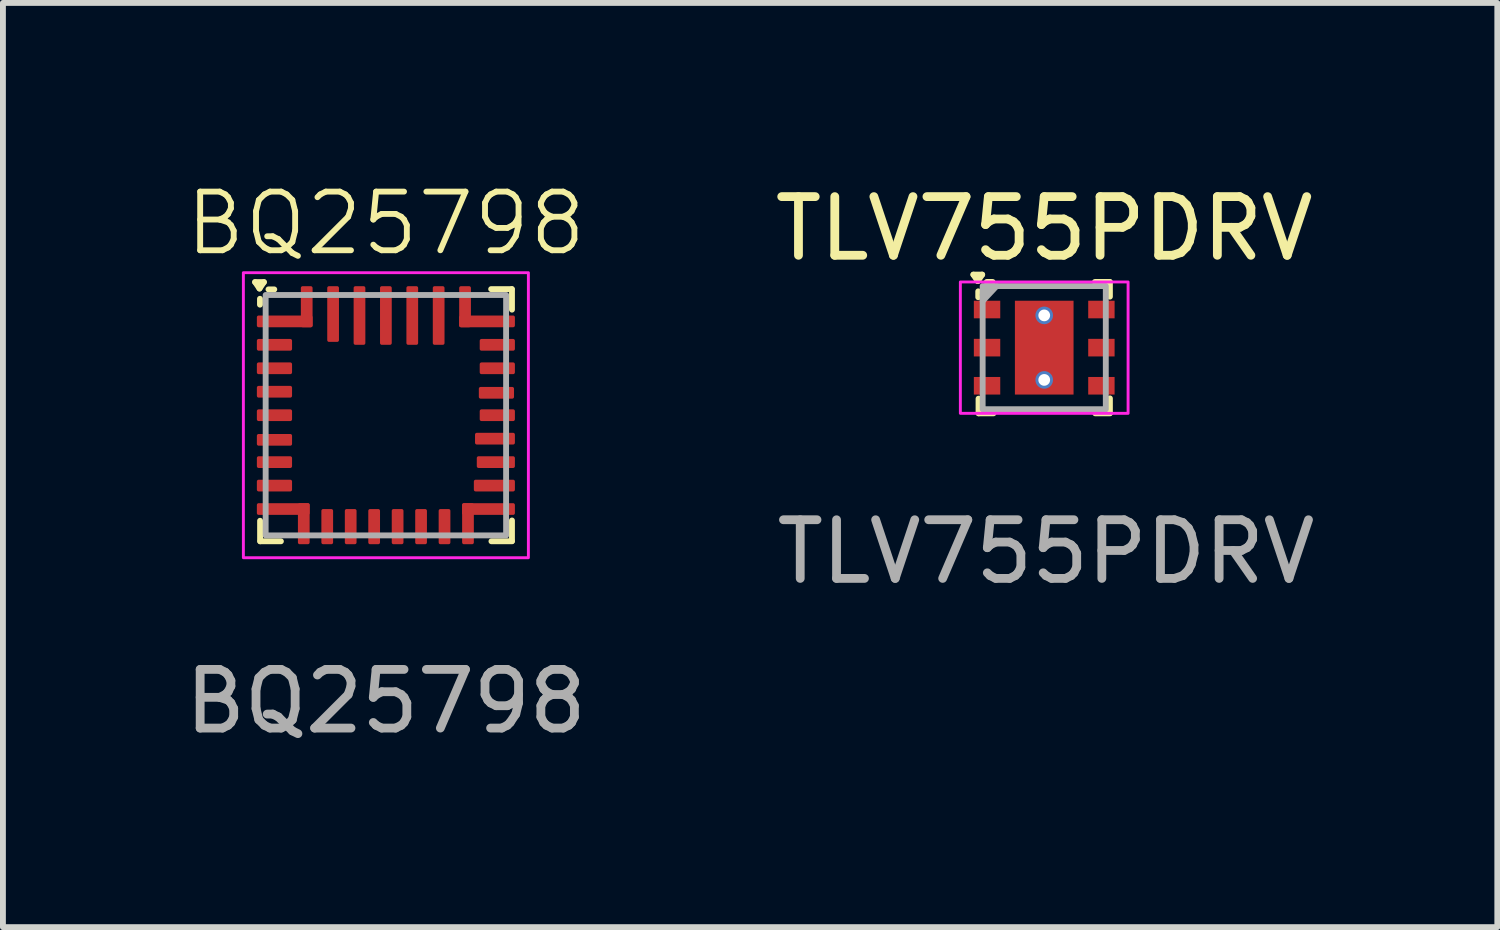
<source format=kicad_pcb>
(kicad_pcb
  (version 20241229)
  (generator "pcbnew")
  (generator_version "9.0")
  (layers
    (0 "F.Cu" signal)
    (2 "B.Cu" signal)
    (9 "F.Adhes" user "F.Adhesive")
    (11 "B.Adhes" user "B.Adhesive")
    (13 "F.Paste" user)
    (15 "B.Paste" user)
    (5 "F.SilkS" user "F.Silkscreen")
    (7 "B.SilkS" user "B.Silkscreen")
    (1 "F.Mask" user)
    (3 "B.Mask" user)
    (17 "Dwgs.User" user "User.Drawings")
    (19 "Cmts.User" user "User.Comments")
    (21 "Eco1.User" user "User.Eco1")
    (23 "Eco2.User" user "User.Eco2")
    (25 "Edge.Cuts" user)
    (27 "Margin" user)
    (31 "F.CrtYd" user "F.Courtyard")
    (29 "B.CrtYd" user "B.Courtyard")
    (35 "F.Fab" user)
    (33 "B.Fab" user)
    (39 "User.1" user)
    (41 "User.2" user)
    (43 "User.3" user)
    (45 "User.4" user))
  (footprint "TLV755PDRV"
    (layer "F.Cu")
    (at 14.756 2.878)
    (property "Reference" "TLV755PDRV" (at 0 -2.03 0) (unlocked yes) (layer "F.SilkS") (effects (font (size 1 1) (thickness 0.15))))
    (attr smd)
    (fp_line (start -1.208 -1.245) (end -1.133 -1.135) (stroke (width 0.1) (type default)) (layer "F.SilkS"))
    (fp_line (start -1.208 -1.245) (end -1.058 -1.245) (stroke (width 0.1) (type solid)) (layer "F.SilkS"))
    (fp_line (start -1.125 -0.86) (end -1.125 -0.96) (stroke (width 0.1) (type solid)) (layer "F.SilkS"))
    (fp_line (start -1.12 0.87) (end -1.12 1.12) (stroke (width 0.1) (type solid)) (layer "F.SilkS"))
    (fp_line (start -1.115 1.12) (end -0.865 1.12) (stroke (width 0.1) (type solid)) (layer "F.SilkS"))
    (fp_line (start -1.058 -1.245) (end -1.133 -1.135) (stroke (width 0.1) (type default)) (layer "F.SilkS"))
    (fp_line (start -0.98 -1.12) (end -0.88 -1.12) (stroke (width 0.1) (type solid)) (layer "F.SilkS"))
    (fp_line (start 0.87 1.12) (end 1.12 1.12) (stroke (width 0.1) (type solid)) (layer "F.SilkS"))
    (fp_line (start 1.115 -1.12) (end 0.865 -1.12) (stroke (width 0.1) (type solid)) (layer "F.SilkS"))
    (fp_line (start 1.12 -0.87) (end 1.12 -1.12) (stroke (width 0.1) (type solid)) (layer "F.SilkS"))
    (fp_line (start 1.12 1.115) (end 1.12 0.865) (stroke (width 0.1) (type solid)) (layer "F.SilkS"))
    (fp_rect (start -0.5 -0.8) (end 0.5 -0.1) (stroke (width 0) (type solid)) (fill yes) (layer "F.Paste"))
    (fp_rect (start -0.5 0.1) (end 0.5 0.8) (stroke (width 0) (type solid)) (fill yes) (layer "F.Paste"))
    (fp_rect (start -1.43 -1.12) (end 1.43 1.12) (stroke (width 0.05) (type solid)) (fill no) (layer "F.CrtYd"))
    (fp_line (start -1.05 -0.9) (end -0.91 -1.05) (stroke (width 0.1) (type default)) (layer "F.Fab"))
    (fp_line (start -1.05 -0.795) (end -0.812 -1.05) (stroke (width 0.1) (type default)) (layer "F.Fab"))
    (fp_rect (start -1.05 -1.05) (end 1.05 1.05) (stroke (width 0.1) (type solid)) (fill no) (layer "F.Fab"))
    (fp_text user "${REFERENCE}" (at 0.03 3.48 0) (unlocked yes) (layer "F.Fab") (effects (font (size 1 1) (thickness 0.15))))
    (pad "1" smd rect (at -0.975 -0.65) (size 0.45 0.3) (layers "F.Cu" "F.Mask" "F.Paste"))
    (pad "2" smd rect (at -0.975 0) (size 0.45 0.3) (layers "F.Cu" "F.Mask" "F.Paste"))
    (pad "3" smd rect (at -0.975 0.65) (size 0.45 0.3) (layers "F.Cu" "F.Mask" "F.Paste"))
    (pad "4" smd rect (at 0.975 0.65) (size 0.45 0.3) (layers "F.Cu" "F.Mask" "F.Paste"))
    (pad "5" smd rect (at 0.975 0) (size 0.45 0.3) (layers "F.Cu" "F.Mask" "F.Paste"))
    (pad "6" smd rect (at 0.975 -0.65) (size 0.45 0.3) (layers "F.Cu" "F.Mask" "F.Paste"))
    (pad "7" thru_hole circle (at 0 -0.55) (size 0.3 0.3) (drill 0.2) (layers "*.Cu" "*.Mask"))
    (pad "7" smd rect (at 0 0) (size 1 1.6) (layers "F.Cu" "F.Mask"))
    (pad "7" thru_hole circle (at 0 0.55) (size 0.3 0.3) (drill 0.2) (layers "*.Cu" "*.Mask")))
  (footprint "BQ25798"
    (layer "F.Cu")
    (at 3.53 4.03)
    (property "Reference" "BQ25798" (at 0 -3.27 0) (unlocked yes) (layer "F.SilkS") (effects (font (size 1 1) (thickness 0.1))))
    (attr smd)
    (fp_line (start -2.23 -2.27) (end -2.155 -2.16) (stroke (width 0.1) (type default)) (layer "F.SilkS"))
    (fp_line (start -2.23 -2.27) (end -2.08 -2.27) (stroke (width 0.1) (type solid)) (layer "F.SilkS"))
    (fp_line (start -2.147 -1.885) (end -2.147 -1.985) (stroke (width 0.1) (type solid)) (layer "F.SilkS"))
    (fp_line (start -2.145 1.8) (end -2.145 2.15) (stroke (width 0.1) (type solid)) (layer "F.SilkS"))
    (fp_line (start -2.14 2.15) (end -1.79 2.15) (stroke (width 0.1) (type solid)) (layer "F.SilkS"))
    (fp_line (start -2.08 -2.27) (end -2.155 -2.16) (stroke (width 0.1) (type default)) (layer "F.SilkS"))
    (fp_line (start -2.002 -2.145) (end -1.903 -2.145) (stroke (width 0.1) (type solid)) (layer "F.SilkS"))
    (fp_line (start 1.8 2.15) (end 2.15 2.15) (stroke (width 0.1) (type solid)) (layer "F.SilkS"))
    (fp_line (start 2.145 -2.15) (end 1.795 -2.15) (stroke (width 0.1) (type solid)) (layer "F.SilkS"))
    (fp_line (start 2.15 -1.8) (end 2.15 -2.15) (stroke (width 0.1) (type solid)) (layer "F.SilkS"))
    (fp_line (start 2.15 2.145) (end 2.15 1.795) (stroke (width 0.1) (type solid)) (layer "F.SilkS"))
    (fp_rect (start -2.43 -2.43) (end 2.43 2.43) (stroke (width 0.05) (type solid)) (fill no) (layer "F.CrtYd"))
    (fp_rect (start -2.05 -2.05) (end 2.05 2.05) (stroke (width 0.1) (type solid)) (fill no) (layer "F.Fab"))
    (fp_text user "${REFERENCE}" (at 0 4.88 0) (unlocked yes) (layer "F.Fab") (effects (font (size 1 1) (thickness 0.15))))
    (pad "1" smd roundrect (at -1.725 -1.6 180) (size 0.95 0.2) (layers "F.Cu" "F.Mask" "F.Paste") (roundrect_rratio 0.15))
    (pad "1" smd roundrect (at -1.35 -1.85) (size 0.2 0.7) (layers "F.Cu" "F.Mask" "F.Paste") (roundrect_rratio 0.15))
    (pad "2" smd roundrect (at -1.9 -1.2) (size 0.6 0.2) (layers "F.Cu" "F.Mask" "F.Paste") (roundrect_rratio 0.15))
    (pad "3" smd roundrect (at -1.9 -0.8) (size 0.6 0.2) (layers "F.Cu" "F.Mask" "F.Paste") (roundrect_rratio 0.15))
    (pad "4" smd roundrect (at -1.9 -0.4) (size 0.6 0.2) (layers "F.Cu" "F.Mask" "F.Paste") (roundrect_rratio 0.15))
    (pad "5" smd roundrect (at -1.9 0) (size 0.6 0.2) (layers "F.Cu" "F.Mask" "F.Paste") (roundrect_rratio 0.15))
    (pad "6" smd roundrect (at -1.9 0.42) (size 0.6 0.2) (layers "F.Cu" "F.Mask" "F.Paste") (roundrect_rratio 0.15))
    (pad "7" smd roundrect (at -1.9 0.8) (size 0.6 0.2) (layers "F.Cu" "F.Mask" "F.Paste") (roundrect_rratio 0.15))
    (pad "8" smd roundrect (at -1.9 1.2) (size 0.6 0.2) (layers "F.Cu" "F.Mask" "F.Paste") (roundrect_rratio 0.15))
    (pad "9" smd roundrect (at -1.75 1.6 180) (size 0.9 0.2) (layers "F.Cu" "F.Mask" "F.Paste") (roundrect_rratio 0.15))
    (pad "9" smd roundrect (at -1.4 1.85) (size 0.2 0.7) (layers "F.Cu" "F.Mask" "F.Paste") (roundrect_rratio 0.15))
    (pad "10" smd roundrect (at -1 1.9 90) (size 0.6 0.2) (layers "F.Cu" "F.Mask" "F.Paste") (roundrect_rratio 0.15))
    (pad "11" smd roundrect (at -0.6 1.9 90) (size 0.6 0.2) (layers "F.Cu" "F.Mask" "F.Paste") (roundrect_rratio 0.15))
    (pad "12" smd roundrect (at -0.2 1.9 90) (size 0.6 0.2) (layers "F.Cu" "F.Mask" "F.Paste") (roundrect_rratio 0.15))
    (pad "13" smd roundrect (at 0.2 1.9 90) (size 0.6 0.2) (layers "F.Cu" "F.Mask" "F.Paste") (roundrect_rratio 0.15))
    (pad "14" smd roundrect (at 0.6 1.9 90) (size 0.6 0.2) (layers "F.Cu" "F.Mask" "F.Paste") (roundrect_rratio 0.15))
    (pad "15" smd roundrect (at 1 1.9 90) (size 0.6 0.2) (layers "F.Cu" "F.Mask" "F.Paste") (roundrect_rratio 0.15))
    (pad "16" smd roundrect (at 1.4 1.85) (size 0.2 0.7) (layers "F.Cu" "F.Mask" "F.Paste") (roundrect_rratio 0.15))
    (pad "16" smd roundrect (at 1.75 1.6 180) (size 0.9 0.2) (layers "F.Cu" "F.Mask" "F.Paste") (roundrect_rratio 0.15))
    (pad "17" smd roundrect (at 1.85 1.2) (size 0.7 0.2) (layers "F.Cu" "F.Mask" "F.Paste") (roundrect_rratio 0.15))
    (pad "18" smd roundrect (at 1.875 0.8) (size 0.65 0.2) (layers "F.Cu" "F.Mask" "F.Paste") (roundrect_rratio 0.15))
    (pad "19" smd roundrect (at 1.86 0.4) (size 0.68 0.2) (layers "F.Cu" "F.Mask" "F.Paste") (roundrect_rratio 0.15))
    (pad "20" smd roundrect (at 1.9 0) (size 0.6 0.2) (layers "F.Cu" "F.Mask" "F.Paste") (roundrect_rratio 0.15))
    (pad "21" smd roundrect (at 1.885 -0.382) (size 0.6 0.2) (layers "F.Cu" "F.Mask" "F.Paste") (roundrect_rratio 0.15))
    (pad "22" smd roundrect (at 1.9 -0.8) (size 0.6 0.2) (layers "F.Cu" "F.Mask" "F.Paste") (roundrect_rratio 0.15))
    (pad "23" smd roundrect (at 1.9 -1.2) (size 0.6 0.2) (layers "F.Cu" "F.Mask" "F.Paste") (roundrect_rratio 0.15))
    (pad "24" smd roundrect (at 1.35 -1.85) (size 0.2 0.7) (layers "F.Cu" "F.Mask" "F.Paste") (roundrect_rratio 0.15))
    (pad "24" smd roundrect (at 1.725 -1.6 180) (size 0.95 0.2) (layers "F.Cu" "F.Mask" "F.Paste") (roundrect_rratio 0.15))
    (pad "25" smd roundrect (at 0.9 -1.7) (size 0.2 1) (layers "F.Cu" "F.Mask" "F.Paste") (roundrect_rratio 0.15))
    (pad "26" smd roundrect (at 0.45 -1.7) (size 0.2 1) (layers "F.Cu" "F.Mask" "F.Paste") (roundrect_rratio 0.15))
    (pad "27" smd roundrect (at 0 -1.7) (size 0.2 1) (layers "F.Cu" "F.Mask" "F.Paste") (roundrect_rratio 0.15))
    (pad "28" smd roundrect (at -0.45 -1.7) (size 0.2 1) (layers "F.Cu" "F.Mask" "F.Paste") (roundrect_rratio 0.15))
    (pad "29" smd roundrect (at -0.9 -1.725) (size 0.2 0.95) (layers "F.Cu" "F.Mask" "F.Paste") (roundrect_rratio 0.15)))
  (gr_rect
    (start -3 -3)
    (end 22.482 12.759)
    (stroke (width 0.1) (type default))
    (fill no)
    (layer "Edge.Cuts")))
</source>
